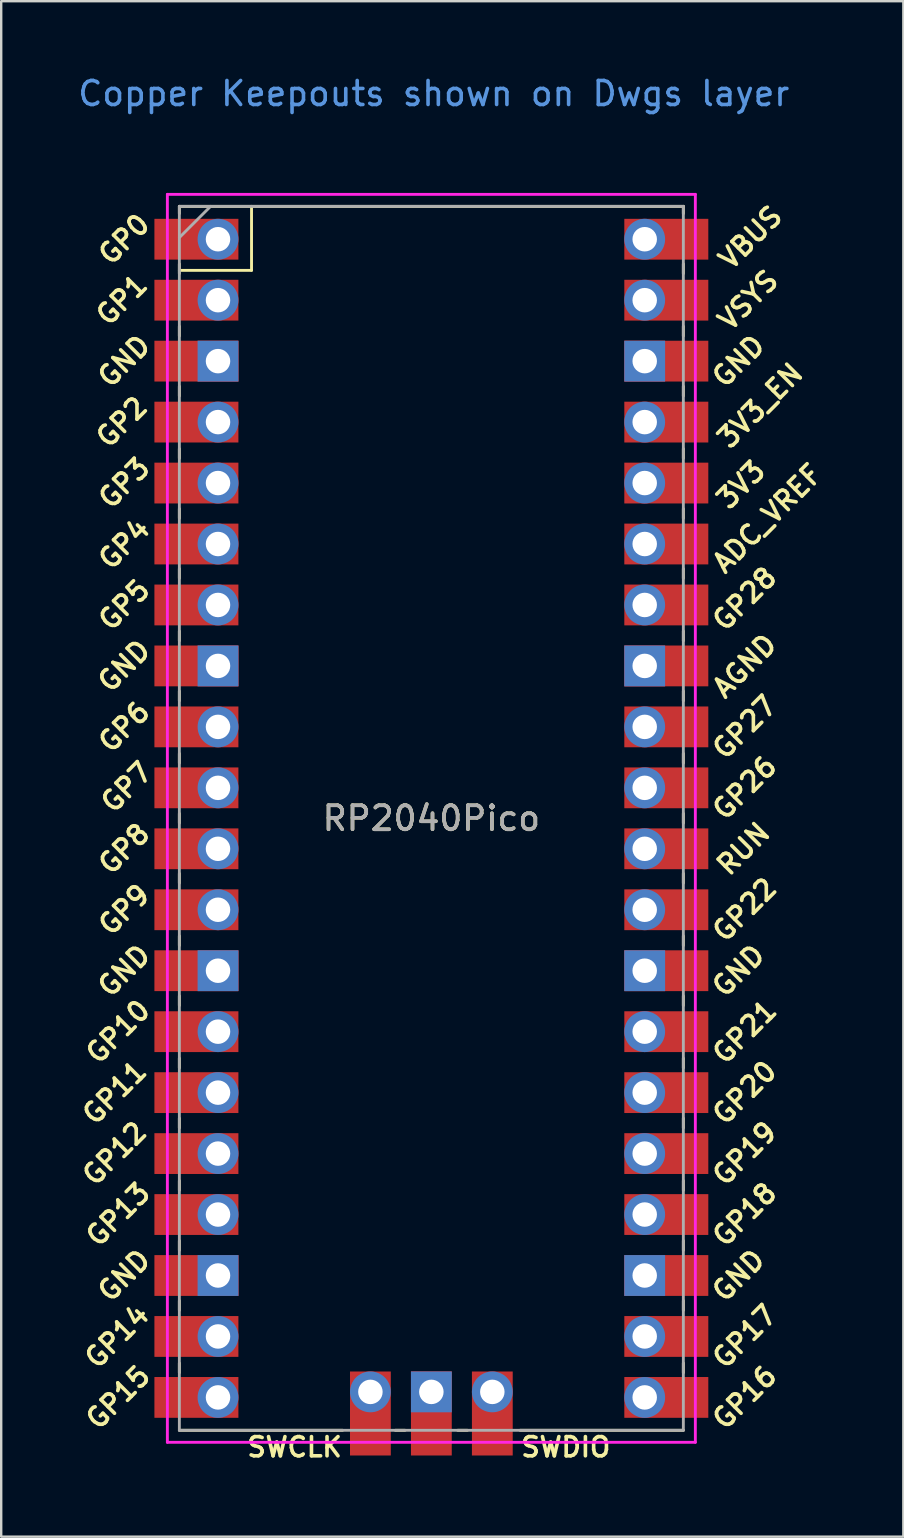
<source format=kicad_pcb>
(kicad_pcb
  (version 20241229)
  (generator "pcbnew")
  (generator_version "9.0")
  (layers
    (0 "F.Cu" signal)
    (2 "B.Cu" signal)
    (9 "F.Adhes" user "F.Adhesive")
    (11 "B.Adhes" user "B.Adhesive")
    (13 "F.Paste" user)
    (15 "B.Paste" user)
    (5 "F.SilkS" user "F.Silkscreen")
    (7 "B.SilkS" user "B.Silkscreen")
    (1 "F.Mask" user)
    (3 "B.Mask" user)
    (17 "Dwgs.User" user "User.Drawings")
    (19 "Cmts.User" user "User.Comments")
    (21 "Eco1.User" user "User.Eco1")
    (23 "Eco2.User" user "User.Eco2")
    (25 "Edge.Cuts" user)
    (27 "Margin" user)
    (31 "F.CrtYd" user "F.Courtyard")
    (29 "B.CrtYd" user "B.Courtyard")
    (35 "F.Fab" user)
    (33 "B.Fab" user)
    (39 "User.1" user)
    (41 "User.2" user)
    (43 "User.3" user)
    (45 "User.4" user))
  (footprint "RP2040Pico"
    (layer "F.Cu")
    (at 14.924 31.048)
    (property "Reference" "RP2040Pico" (at 0 0 0) (layer "F.SilkS") (effects (font (size 1 1) (thickness 0.15))))
    (attr through_hole)
    (fp_line (start -10.5 -25.5) (end -10.5 -25.2) (stroke (width 0.12) (type solid)) (layer "F.SilkS"))
    (fp_line (start -10.5 -25.5) (end 10.5 -25.5) (stroke (width 0.12) (type solid)) (layer "F.SilkS"))
    (fp_line (start -10.5 -23.1) (end -10.5 -22.7) (stroke (width 0.12) (type solid)) (layer "F.SilkS"))
    (fp_line (start -10.5 -22.833) (end -7.493 -22.833) (stroke (width 0.12) (type solid)) (layer "F.SilkS"))
    (fp_line (start -10.5 -20.5) (end -10.5 -20.1) (stroke (width 0.12) (type solid)) (layer "F.SilkS"))
    (fp_line (start -10.5 -18) (end -10.5 -17.6) (stroke (width 0.12) (type solid)) (layer "F.SilkS"))
    (fp_line (start -10.5 -15.4) (end -10.5 -15) (stroke (width 0.12) (type solid)) (layer "F.SilkS"))
    (fp_line (start -10.5 -12.9) (end -10.5 -12.5) (stroke (width 0.12) (type solid)) (layer "F.SilkS"))
    (fp_line (start -10.5 -10.4) (end -10.5 -10) (stroke (width 0.12) (type solid)) (layer "F.SilkS"))
    (fp_line (start -10.5 -7.8) (end -10.5 -7.4) (stroke (width 0.12) (type solid)) (layer "F.SilkS"))
    (fp_line (start -10.5 -5.3) (end -10.5 -4.9) (stroke (width 0.12) (type solid)) (layer "F.SilkS"))
    (fp_line (start -10.5 -2.7) (end -10.5 -2.3) (stroke (width 0.12) (type solid)) (layer "F.SilkS"))
    (fp_line (start -10.5 -0.2) (end -10.5 0.2) (stroke (width 0.12) (type solid)) (layer "F.SilkS"))
    (fp_line (start -10.5 2.3) (end -10.5 2.7) (stroke (width 0.12) (type solid)) (layer "F.SilkS"))
    (fp_line (start -10.5 4.9) (end -10.5 5.3) (stroke (width 0.12) (type solid)) (layer "F.SilkS"))
    (fp_line (start -10.5 7.4) (end -10.5 7.8) (stroke (width 0.12) (type solid)) (layer "F.SilkS"))
    (fp_line (start -10.5 10) (end -10.5 10.4) (stroke (width 0.12) (type solid)) (layer "F.SilkS"))
    (fp_line (start -10.5 12.5) (end -10.5 12.9) (stroke (width 0.12) (type solid)) (layer "F.SilkS"))
    (fp_line (start -10.5 15.1) (end -10.5 15.5) (stroke (width 0.12) (type solid)) (layer "F.SilkS"))
    (fp_line (start -10.5 17.6) (end -10.5 18) (stroke (width 0.12) (type solid)) (layer "F.SilkS"))
    (fp_line (start -10.5 20.1) (end -10.5 20.5) (stroke (width 0.12) (type solid)) (layer "F.SilkS"))
    (fp_line (start -10.5 22.7) (end -10.5 23.1) (stroke (width 0.12) (type solid)) (layer "F.SilkS"))
    (fp_line (start -7.493 -22.833) (end -7.493 -25.5) (stroke (width 0.12) (type solid)) (layer "F.SilkS"))
    (fp_line (start -3.7 25.5) (end -10.5 25.5) (stroke (width 0.12) (type solid)) (layer "F.SilkS"))
    (fp_line (start -1.5 25.5) (end -1.1 25.5) (stroke (width 0.12) (type solid)) (layer "F.SilkS"))
    (fp_line (start 1.1 25.5) (end 1.5 25.5) (stroke (width 0.12) (type solid)) (layer "F.SilkS"))
    (fp_line (start 10.5 -25.5) (end 10.5 -25.2) (stroke (width 0.12) (type solid)) (layer "F.SilkS"))
    (fp_line (start 10.5 -23.1) (end 10.5 -22.7) (stroke (width 0.12) (type solid)) (layer "F.SilkS"))
    (fp_line (start 10.5 -20.5) (end 10.5 -20.1) (stroke (width 0.12) (type solid)) (layer "F.SilkS"))
    (fp_line (start 10.5 -18) (end 10.5 -17.6) (stroke (width 0.12) (type solid)) (layer "F.SilkS"))
    (fp_line (start 10.5 -15.4) (end 10.5 -15) (stroke (width 0.12) (type solid)) (layer "F.SilkS"))
    (fp_line (start 10.5 -12.9) (end 10.5 -12.5) (stroke (width 0.12) (type solid)) (layer "F.SilkS"))
    (fp_line (start 10.5 -10.4) (end 10.5 -10) (stroke (width 0.12) (type solid)) (layer "F.SilkS"))
    (fp_line (start 10.5 -7.8) (end 10.5 -7.4) (stroke (width 0.12) (type solid)) (layer "F.SilkS"))
    (fp_line (start 10.5 -5.3) (end 10.5 -4.9) (stroke (width 0.12) (type solid)) (layer "F.SilkS"))
    (fp_line (start 10.5 -2.7) (end 10.5 -2.3) (stroke (width 0.12) (type solid)) (layer "F.SilkS"))
    (fp_line (start 10.5 -0.2) (end 10.5 0.2) (stroke (width 0.12) (type solid)) (layer "F.SilkS"))
    (fp_line (start 10.5 2.3) (end 10.5 2.7) (stroke (width 0.12) (type solid)) (layer "F.SilkS"))
    (fp_line (start 10.5 4.9) (end 10.5 5.3) (stroke (width 0.12) (type solid)) (layer "F.SilkS"))
    (fp_line (start 10.5 7.4) (end 10.5 7.8) (stroke (width 0.12) (type solid)) (layer "F.SilkS"))
    (fp_line (start 10.5 10) (end 10.5 10.4) (stroke (width 0.12) (type solid)) (layer "F.SilkS"))
    (fp_line (start 10.5 12.5) (end 10.5 12.9) (stroke (width 0.12) (type solid)) (layer "F.SilkS"))
    (fp_line (start 10.5 15.1) (end 10.5 15.5) (stroke (width 0.12) (type solid)) (layer "F.SilkS"))
    (fp_line (start 10.5 17.6) (end 10.5 18) (stroke (width 0.12) (type solid)) (layer "F.SilkS"))
    (fp_line (start 10.5 20.1) (end 10.5 20.5) (stroke (width 0.12) (type solid)) (layer "F.SilkS"))
    (fp_line (start 10.5 22.7) (end 10.5 23.1) (stroke (width 0.12) (type solid)) (layer "F.SilkS"))
    (fp_line (start 10.5 25.5) (end 3.7 25.5) (stroke (width 0.12) (type solid)) (layer "F.SilkS"))
    (fp_line (start -11 -26) (end 11 -26) (stroke (width 0.12) (type solid)) (layer "F.CrtYd"))
    (fp_line (start -11 26) (end -11 -26) (stroke (width 0.12) (type solid)) (layer "F.CrtYd"))
    (fp_line (start 11 -26) (end 11 26) (stroke (width 0.12) (type solid)) (layer "F.CrtYd"))
    (fp_line (start 11 26) (end -11 26) (stroke (width 0.12) (type solid)) (layer "F.CrtYd"))
    (fp_line (start -10.5 -25.5) (end 10.5 -25.5) (stroke (width 0.12) (type solid)) (layer "F.Fab"))
    (fp_line (start -10.5 -24.2) (end -9.2 -25.5) (stroke (width 0.12) (type solid)) (layer "F.Fab"))
    (fp_line (start -10.5 25.5) (end -10.5 -25.5) (stroke (width 0.12) (type solid)) (layer "F.Fab"))
    (fp_line (start 10.5 -25.5) (end 10.5 25.5) (stroke (width 0.12) (type solid)) (layer "F.Fab"))
    (fp_line (start 10.5 25.5) (end -10.5 25.5) (stroke (width 0.12) (type solid)) (layer "F.Fab"))
    (fp_text user "GP7" (at -12.7 -1.3 45) (layer "F.SilkS") (effects (font (size 0.8 0.8) (thickness 0.15))))
    (fp_text user "GND" (at -12.8 -19.05 45) (layer "F.SilkS") (effects (font (size 0.8 0.8) (thickness 0.15))))
    (fp_text user "GP5" (at -12.8 -8.89 45) (layer "F.SilkS") (effects (font (size 0.8 0.8) (thickness 0.15))))
    (fp_text user "GP4" (at -12.8 -11.43 45) (layer "F.SilkS") (effects (font (size 0.8 0.8) (thickness 0.15))))
    (fp_text user "SWCLK" (at -5.7 26.2 0) (layer "F.SilkS") (effects (font (size 0.8 0.8) (thickness 0.15))))
    (fp_text user "3V3_EN" (at 13.7 -17.2 45) (layer "F.SilkS") (effects (font (size 0.8 0.8) (thickness 0.15))))
    (fp_text user "GP18" (at 13.054 16.51 45) (layer "F.SilkS") (effects (font (size 0.8 0.8) (thickness 0.15))))
    (fp_text user "GP26" (at 13.054 -1.27 45) (layer "F.SilkS") (effects (font (size 0.8 0.8) (thickness 0.15))))
    (fp_text user "AGND" (at 13.054 -6.35 45) (layer "F.SilkS") (effects (font (size 0.8 0.8) (thickness 0.15))))
    (fp_text user "3V3" (at 12.9 -13.9 45) (layer "F.SilkS") (effects (font (size 0.8 0.8) (thickness 0.15))))
    (fp_text user "GP9" (at -12.8 3.81 45) (layer "F.SilkS") (effects (font (size 0.8 0.8) (thickness 0.15))))
    (fp_text user "GP6" (at -12.8 -3.81 45) (layer "F.SilkS") (effects (font (size 0.8 0.8) (thickness 0.15))))
    (fp_text user "GP12" (at -13.2 13.97 45) (layer "F.SilkS") (effects (font (size 0.8 0.8) (thickness 0.15))))
    (fp_text user "GP0" (at -12.8 -24.13 45) (layer "F.SilkS") (effects (font (size 0.8 0.8) (thickness 0.15))))
    (fp_text user "GP1" (at -12.9 -21.6 45) (layer "F.SilkS") (effects (font (size 0.8 0.8) (thickness 0.15))))
    (fp_text user "GP3" (at -12.8 -13.97 45) (layer "F.SilkS") (effects (font (size 0.8 0.8) (thickness 0.15))))
    (fp_text user "GP14" (at -13.1 21.59 45) (layer "F.SilkS") (effects (font (size 0.8 0.8) (thickness 0.15))))
    (fp_text user "GP27" (at 13.054 -3.8 45) (layer "F.SilkS") (effects (font (size 0.8 0.8) (thickness 0.15))))
    (fp_text user "GP19" (at 13.054 13.97 45) (layer "F.SilkS") (effects (font (size 0.8 0.8) (thickness 0.15))))
    (fp_text user "GND" (at -12.8 19.05 45) (layer "F.SilkS") (effects (font (size 0.8 0.8) (thickness 0.15))))
    (fp_text user "GP2" (at -12.9 -16.51 45) (layer "F.SilkS") (effects (font (size 0.8 0.8) (thickness 0.15))))
    (fp_text user "GP20" (at 13.054 11.43 45) (layer "F.SilkS") (effects (font (size 0.8 0.8) (thickness 0.15))))
    (fp_text user "GND" (at -12.8 -6.35 45) (layer "F.SilkS") (effects (font (size 0.8 0.8) (thickness 0.15))))
    (fp_text user "ADC_VREF" (at 14 -12.5 45) (layer "F.SilkS") (effects (font (size 0.8 0.8) (thickness 0.15))))
    (fp_text user "GND" (at 12.8 -19.05 45) (layer "F.SilkS") (effects (font (size 0.8 0.8) (thickness 0.15))))
    (fp_text user "GND" (at 12.8 6.35 45) (layer "F.SilkS") (effects (font (size 0.8 0.8) (thickness 0.15))))
    (fp_text user "VBUS" (at 13.3 -24.2 45) (layer "F.SilkS") (effects (font (size 0.8 0.8) (thickness 0.15))))
    (fp_text user "GP16" (at 13.054 24.13 45) (layer "F.SilkS") (effects (font (size 0.8 0.8) (thickness 0.15))))
    (fp_text user "GND" (at -12.8 6.35 45) (layer "F.SilkS") (effects (font (size 0.8 0.8) (thickness 0.15))))
    (fp_text user "GP17" (at 13.054 21.59 45) (layer "F.SilkS") (effects (font (size 0.8 0.8) (thickness 0.15))))
    (fp_text user "GND" (at 12.8 19.05 45) (layer "F.SilkS") (effects (font (size 0.8 0.8) (thickness 0.15))))
    (fp_text user "GP11" (at -13.2 11.43 45) (layer "F.SilkS") (effects (font (size 0.8 0.8) (thickness 0.15))))
    (fp_text user "GP22" (at 13.054 3.81 45) (layer "F.SilkS") (effects (font (size 0.8 0.8) (thickness 0.15))))
    (fp_text user "GP15" (at -13.054 24.13 45) (layer "F.SilkS") (effects (font (size 0.8 0.8) (thickness 0.15))))
    (fp_text user "VSYS" (at 13.2 -21.59 45) (layer "F.SilkS") (effects (font (size 0.8 0.8) (thickness 0.15))))
    (fp_text user "RUN" (at 13 1.27 45) (layer "F.SilkS") (effects (font (size 0.8 0.8) (thickness 0.15))))
    (fp_text user "SWDIO" (at 5.6 26.2 0) (layer "F.SilkS") (effects (font (size 0.8 0.8) (thickness 0.15))))
    (fp_text user "GP28" (at 13.054 -9.144 45) (layer "F.SilkS") (effects (font (size 0.8 0.8) (thickness 0.15))))
    (fp_text user "GP13" (at -13.054 16.51 45) (layer "F.SilkS") (effects (font (size 0.8 0.8) (thickness 0.15))))
    (fp_text user "GP10" (at -13.054 8.89 45) (layer "F.SilkS") (effects (font (size 0.8 0.8) (thickness 0.15))))
    (fp_text user "GP21" (at 13.054 8.9 45) (layer "F.SilkS") (effects (font (size 0.8 0.8) (thickness 0.15))))
    (fp_text user "GP8" (at -12.8 1.27 45) (layer "F.SilkS") (effects (font (size 0.8 0.8) (thickness 0.15))))
    (fp_text user "Copper Keepouts shown on Dwgs layer" (at 0.1 -30.2 0) (layer "Cmts.User") (effects (font (size 1 1) (thickness 0.15))))
    (fp_text user "${REFERENCE}" (at 0 0 180) (layer "F.Fab") (effects (font (size 1 1) (thickness 0.15))))
    (pad "1" thru_hole oval (at -8.89 -24.13) (size 1.7 1.7) (drill 1.02) (layers "*.Cu" "*.Mask"))
    (pad "1" smd rect (at -8.89 -24.13) (size 3.5 1.7) (drill (offset -0.9 0)) (layers "F.Cu" "F.Mask"))
    (pad "2" thru_hole oval (at -8.89 -21.59) (size 1.7 1.7) (drill 1.02) (layers "*.Cu" "*.Mask"))
    (pad "2" smd rect (at -8.89 -21.59) (size 3.5 1.7) (drill (offset -0.9 0)) (layers "F.Cu" "F.Mask"))
    (pad "3" thru_hole rect (at -8.89 -19.05) (size 1.7 1.7) (drill 1.02) (layers "*.Cu" "*.Mask"))
    (pad "3" smd rect (at -8.89 -19.05) (size 3.5 1.7) (drill (offset -0.9 0)) (layers "F.Cu" "F.Mask"))
    (pad "4" thru_hole oval (at -8.89 -16.51) (size 1.7 1.7) (drill 1.02) (layers "*.Cu" "*.Mask"))
    (pad "4" smd rect (at -8.89 -16.51) (size 3.5 1.7) (drill (offset -0.9 0)) (layers "F.Cu" "F.Mask"))
    (pad "5" thru_hole oval (at -8.89 -13.97) (size 1.7 1.7) (drill 1.02) (layers "*.Cu" "*.Mask"))
    (pad "5" smd rect (at -8.89 -13.97) (size 3.5 1.7) (drill (offset -0.9 0)) (layers "F.Cu" "F.Mask"))
    (pad "6" thru_hole oval (at -8.89 -11.43) (size 1.7 1.7) (drill 1.02) (layers "*.Cu" "*.Mask"))
    (pad "6" smd rect (at -8.89 -11.43) (size 3.5 1.7) (drill (offset -0.9 0)) (layers "F.Cu" "F.Mask"))
    (pad "7" thru_hole oval (at -8.89 -8.89) (size 1.7 1.7) (drill 1.02) (layers "*.Cu" "*.Mask"))
    (pad "7" smd rect (at -8.89 -8.89) (size 3.5 1.7) (drill (offset -0.9 0)) (layers "F.Cu" "F.Mask"))
    (pad "8" thru_hole rect (at -8.89 -6.35) (size 1.7 1.7) (drill 1.02) (layers "*.Cu" "*.Mask"))
    (pad "8" smd rect (at -8.89 -6.35) (size 3.5 1.7) (drill (offset -0.9 0)) (layers "F.Cu" "F.Mask"))
    (pad "9" thru_hole oval (at -8.89 -3.81) (size 1.7 1.7) (drill 1.02) (layers "*.Cu" "*.Mask"))
    (pad "9" smd rect (at -8.89 -3.81) (size 3.5 1.7) (drill (offset -0.9 0)) (layers "F.Cu" "F.Mask"))
    (pad "10" thru_hole oval (at -8.89 -1.27) (size 1.7 1.7) (drill 1.02) (layers "*.Cu" "*.Mask"))
    (pad "10" smd rect (at -8.89 -1.27) (size 3.5 1.7) (drill (offset -0.9 0)) (layers "F.Cu" "F.Mask"))
    (pad "11" thru_hole oval (at -8.89 1.27) (size 1.7 1.7) (drill 1.02) (layers "*.Cu" "*.Mask"))
    (pad "11" smd rect (at -8.89 1.27) (size 3.5 1.7) (drill (offset -0.9 0)) (layers "F.Cu" "F.Mask"))
    (pad "12" thru_hole oval (at -8.89 3.81) (size 1.7 1.7) (drill 1.02) (layers "*.Cu" "*.Mask"))
    (pad "12" smd rect (at -8.89 3.81) (size 3.5 1.7) (drill (offset -0.9 0)) (layers "F.Cu" "F.Mask"))
    (pad "13" thru_hole rect (at -8.89 6.35) (size 1.7 1.7) (drill 1.02) (layers "*.Cu" "*.Mask"))
    (pad "13" smd rect (at -8.89 6.35) (size 3.5 1.7) (drill (offset -0.9 0)) (layers "F.Cu" "F.Mask"))
    (pad "14" thru_hole oval (at -8.89 8.89) (size 1.7 1.7) (drill 1.02) (layers "*.Cu" "*.Mask"))
    (pad "14" smd rect (at -8.89 8.89) (size 3.5 1.7) (drill (offset -0.9 0)) (layers "F.Cu" "F.Mask"))
    (pad "15" thru_hole oval (at -8.89 11.43) (size 1.7 1.7) (drill 1.02) (layers "*.Cu" "*.Mask"))
    (pad "15" smd rect (at -8.89 11.43) (size 3.5 1.7) (drill (offset -0.9 0)) (layers "F.Cu" "F.Mask"))
    (pad "16" thru_hole oval (at -8.89 13.97) (size 1.7 1.7) (drill 1.02) (layers "*.Cu" "*.Mask"))
    (pad "16" smd rect (at -8.89 13.97) (size 3.5 1.7) (drill (offset -0.9 0)) (layers "F.Cu" "F.Mask"))
    (pad "17" thru_hole oval (at -8.89 16.51) (size 1.7 1.7) (drill 1.02) (layers "*.Cu" "*.Mask"))
    (pad "17" smd rect (at -8.89 16.51) (size 3.5 1.7) (drill (offset -0.9 0)) (layers "F.Cu" "F.Mask"))
    (pad "18" thru_hole rect (at -8.89 19.05) (size 1.7 1.7) (drill 1.02) (layers "*.Cu" "*.Mask"))
    (pad "18" smd rect (at -8.89 19.05) (size 3.5 1.7) (drill (offset -0.9 0)) (layers "F.Cu" "F.Mask"))
    (pad "19" thru_hole oval (at -8.89 21.59) (size 1.7 1.7) (drill 1.02) (layers "*.Cu" "*.Mask"))
    (pad "19" smd rect (at -8.89 21.59) (size 3.5 1.7) (drill (offset -0.9 0)) (layers "F.Cu" "F.Mask"))
    (pad "20" thru_hole oval (at -8.89 24.13) (size 1.7 1.7) (drill 1.02) (layers "*.Cu" "*.Mask"))
    (pad "20" smd rect (at -8.89 24.13) (size 3.5 1.7) (drill (offset -0.9 0)) (layers "F.Cu" "F.Mask"))
    (pad "21" thru_hole oval (at 8.89 24.13) (size 1.7 1.7) (drill 1.02) (layers "*.Cu" "*.Mask"))
    (pad "21" smd rect (at 8.89 24.13) (size 3.5 1.7) (drill (offset 0.9 0)) (layers "F.Cu" "F.Mask"))
    (pad "22" thru_hole oval (at 8.89 21.59) (size 1.7 1.7) (drill 1.02) (layers "*.Cu" "*.Mask"))
    (pad "22" smd rect (at 8.89 21.59) (size 3.5 1.7) (drill (offset 0.9 0)) (layers "F.Cu" "F.Mask"))
    (pad "23" thru_hole rect (at 8.89 19.05) (size 1.7 1.7) (drill 1.02) (layers "*.Cu" "*.Mask"))
    (pad "23" smd rect (at 8.89 19.05) (size 3.5 1.7) (drill (offset 0.9 0)) (layers "F.Cu" "F.Mask"))
    (pad "24" thru_hole oval (at 8.89 16.51) (size 1.7 1.7) (drill 1.02) (layers "*.Cu" "*.Mask"))
    (pad "24" smd rect (at 8.89 16.51) (size 3.5 1.7) (drill (offset 0.9 0)) (layers "F.Cu" "F.Mask"))
    (pad "25" thru_hole oval (at 8.89 13.97) (size 1.7 1.7) (drill 1.02) (layers "*.Cu" "*.Mask"))
    (pad "25" smd rect (at 8.89 13.97) (size 3.5 1.7) (drill (offset 0.9 0)) (layers "F.Cu" "F.Mask"))
    (pad "26" thru_hole oval (at 8.89 11.43) (size 1.7 1.7) (drill 1.02) (layers "*.Cu" "*.Mask"))
    (pad "26" smd rect (at 8.89 11.43) (size 3.5 1.7) (drill (offset 0.9 0)) (layers "F.Cu" "F.Mask"))
    (pad "27" thru_hole oval (at 8.89 8.89) (size 1.7 1.7) (drill 1.02) (layers "*.Cu" "*.Mask"))
    (pad "27" smd rect (at 8.89 8.89) (size 3.5 1.7) (drill (offset 0.9 0)) (layers "F.Cu" "F.Mask"))
    (pad "28" thru_hole rect (at 8.89 6.35) (size 1.7 1.7) (drill 1.02) (layers "*.Cu" "*.Mask"))
    (pad "28" smd rect (at 8.89 6.35) (size 3.5 1.7) (drill (offset 0.9 0)) (layers "F.Cu" "F.Mask"))
    (pad "29" thru_hole oval (at 8.89 3.81) (size 1.7 1.7) (drill 1.02) (layers "*.Cu" "*.Mask"))
    (pad "29" smd rect (at 8.89 3.81) (size 3.5 1.7) (drill (offset 0.9 0)) (layers "F.Cu" "F.Mask"))
    (pad "30" thru_hole oval (at 8.89 1.27) (size 1.7 1.7) (drill 1.02) (layers "*.Cu" "*.Mask"))
    (pad "30" smd rect (at 8.89 1.27) (size 3.5 1.7) (drill (offset 0.9 0)) (layers "F.Cu" "F.Mask"))
    (pad "31" thru_hole oval (at 8.89 -1.27) (size 1.7 1.7) (drill 1.02) (layers "*.Cu" "*.Mask"))
    (pad "31" smd rect (at 8.89 -1.27) (size 3.5 1.7) (drill (offset 0.9 0)) (layers "F.Cu" "F.Mask"))
    (pad "32" thru_hole oval (at 8.89 -3.81) (size 1.7 1.7) (drill 1.02) (layers "*.Cu" "*.Mask"))
    (pad "32" smd rect (at 8.89 -3.81) (size 3.5 1.7) (drill (offset 0.9 0)) (layers "F.Cu" "F.Mask"))
    (pad "33" thru_hole rect (at 8.89 -6.35) (size 1.7 1.7) (drill 1.02) (layers "*.Cu" "*.Mask"))
    (pad "33" smd rect (at 8.89 -6.35) (size 3.5 1.7) (drill (offset 0.9 0)) (layers "F.Cu" "F.Mask"))
    (pad "34" thru_hole oval (at 8.89 -8.89) (size 1.7 1.7) (drill 1.02) (layers "*.Cu" "*.Mask"))
    (pad "34" smd rect (at 8.89 -8.89) (size 3.5 1.7) (drill (offset 0.9 0)) (layers "F.Cu" "F.Mask"))
    (pad "35" thru_hole oval (at 8.89 -11.43) (size 1.7 1.7) (drill 1.02) (layers "*.Cu" "*.Mask"))
    (pad "35" smd rect (at 8.89 -11.43) (size 3.5 1.7) (drill (offset 0.9 0)) (layers "F.Cu" "F.Mask"))
    (pad "36" thru_hole oval (at 8.89 -13.97) (size 1.7 1.7) (drill 1.02) (layers "*.Cu" "*.Mask"))
    (pad "36" smd rect (at 8.89 -13.97) (size 3.5 1.7) (drill (offset 0.9 0)) (layers "F.Cu" "F.Mask"))
    (pad "37" thru_hole oval (at 8.89 -16.51) (size 1.7 1.7) (drill 1.02) (layers "*.Cu" "*.Mask"))
    (pad "37" smd rect (at 8.89 -16.51) (size 3.5 1.7) (drill (offset 0.9 0)) (layers "F.Cu" "F.Mask"))
    (pad "38" thru_hole rect (at 8.89 -19.05) (size 1.7 1.7) (drill 1.02) (layers "*.Cu" "*.Mask"))
    (pad "38" smd rect (at 8.89 -19.05) (size 3.5 1.7) (drill (offset 0.9 0)) (layers "F.Cu" "F.Mask"))
    (pad "39" thru_hole oval (at 8.89 -21.59) (size 1.7 1.7) (drill 1.02) (layers "*.Cu" "*.Mask"))
    (pad "39" smd rect (at 8.89 -21.59) (size 3.5 1.7) (drill (offset 0.9 0)) (layers "F.Cu" "F.Mask"))
    (pad "40" thru_hole oval (at 8.89 -24.13) (size 1.7 1.7) (drill 1.02) (layers "*.Cu" "*.Mask"))
    (pad "40" smd rect (at 8.89 -24.13) (size 3.5 1.7) (drill (offset 0.9 0)) (layers "F.Cu" "F.Mask"))
    (pad "41" thru_hole oval (at -2.54 23.9) (size 1.7 1.7) (drill 1.02) (layers "*.Cu" "*.Mask"))
    (pad "41" smd rect (at -2.54 23.9 90) (size 3.5 1.7) (drill (offset -0.9 0)) (layers "F.Cu" "F.Mask"))
    (pad "42" thru_hole rect (at 0 23.9) (size 1.7 1.7) (drill 1.02) (layers "*.Cu" "*.Mask"))
    (pad "42" smd rect (at 0 23.9 90) (size 3.5 1.7) (drill (offset -0.9 0)) (layers "F.Cu" "F.Mask"))
    (pad "43" thru_hole oval (at 2.54 23.9) (size 1.7 1.7) (drill 1.02) (layers "*.Cu" "*.Mask"))
    (pad "43" smd rect (at 2.54 23.9 90) (size 3.5 1.7) (drill (offset -0.9 0)) (layers "F.Cu" "F.Mask")))
  (gr_rect
    (start -3 -3)
    (end 34.591 60.98)
    (stroke (width 0.1) (type default))
    (fill no)
    (layer "Edge.Cuts")))
</source>
